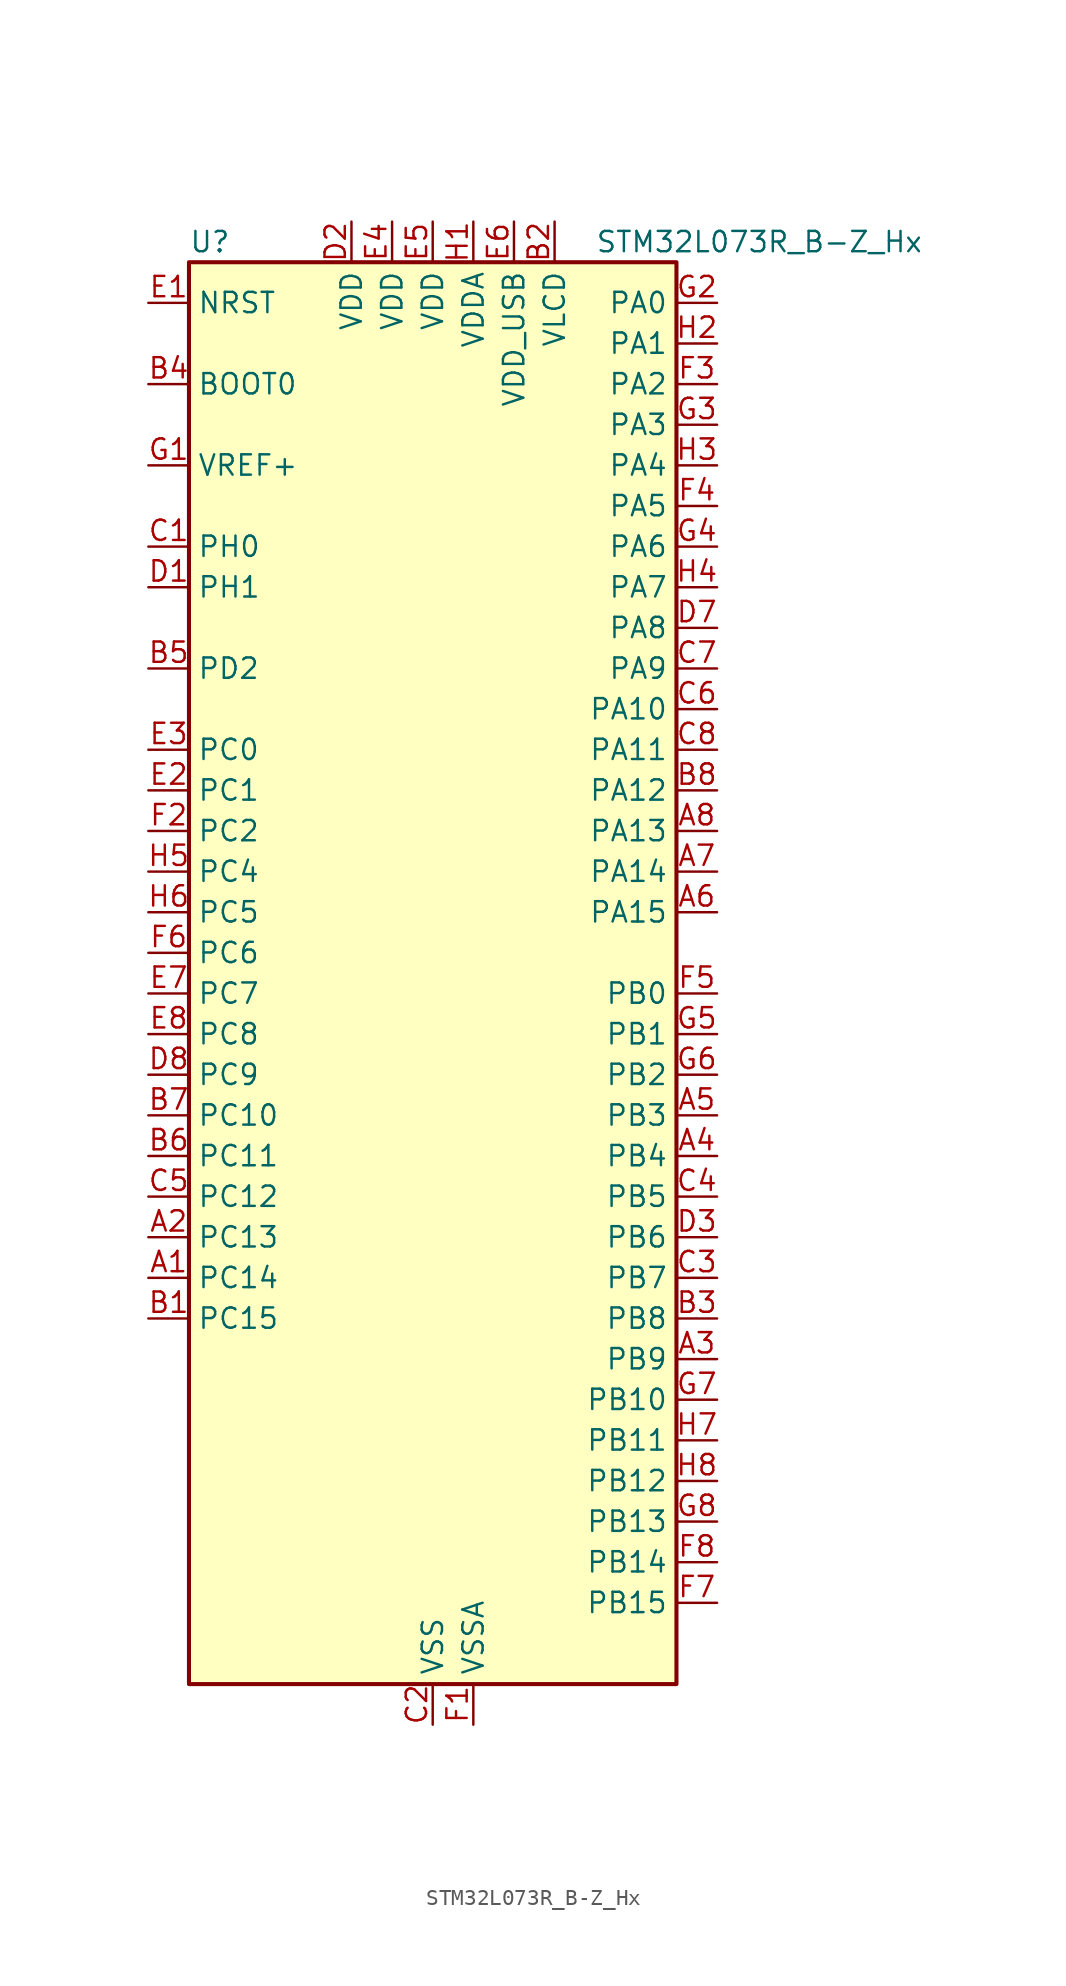
<source format=kicad_sym>
(kicad_symbol_lib
  (version 20220914)
  (generator kicad_symbol_editor)
  (symbol "STM32L073R_B-Z_Hx"
    (property "Reference" "U"
      (at -15.24 46.99 0)
      (effects (font (size 1.27 1.27)) (justify left)))
    (property "Value" "STM32L073R_B-Z_Hx"
      (at 10.16 46.99 0)
      (effects (font (size 1.27 1.27)) (justify left)))
    (property "ki_locked" ""
      (at 0 0 0)
      (effects (font (size 1.27 1.27))))
    (symbol "STM32L073R_B-Z_Hx_0_1"
      (rectangle (start -15.24 -43.18) (end 15.24 45.72) (stroke (width 0.254) (type default)) (fill (type background))))
    (symbol "STM32L073R_B-Z_Hx_1_1"
      (pin bidirectional line (at -17.78 -17.78 0) (length 2.54) (name "PC14" (effects (font (size 1.27 1.27)))) (number "A1" (effects (font (size 1.27 1.27)))) (alternate "RCC_OSC32_IN" bidirectional line))
      (pin bidirectional line (at -17.78 -15.24 0) (length 2.54) (name "PC13" (effects (font (size 1.27 1.27)))) (number "A2" (effects (font (size 1.27 1.27)))) (alternate "RTC_OUT_ALARM" bidirectional line) (alternate "RTC_OUT_CALIB" bidirectional line) (alternate "RTC_TAMP1" bidirectional line) (alternate "RTC_TS" bidirectional line) (alternate "SYS_WKUP2" bidirectional line))
      (pin bidirectional line (at 17.78 -22.86 180) (length 2.54) (name "PB9" (effects (font (size 1.27 1.27)))) (number "A3" (effects (font (size 1.27 1.27)))) (alternate "DAC_EXTI9" bidirectional line) (alternate "I2C1_SDA" bidirectional line) (alternate "I2S2_WS" bidirectional line) (alternate "LCD_COM3" bidirectional line) (alternate "SPI2_NSS" bidirectional line))
      (pin bidirectional line (at 17.78 -10.16 180) (length 2.54) (name "PB4" (effects (font (size 1.27 1.27)))) (number "A4" (effects (font (size 1.27 1.27)))) (alternate "COMP2_INP" bidirectional line) (alternate "I2C3_SDA" bidirectional line) (alternate "LCD_SEG8" bidirectional line) (alternate "SPI1_MISO" bidirectional line) (alternate "TIM22_CH1" bidirectional line) (alternate "TIM3_CH1" bidirectional line) (alternate "TSC_G5_IO2" bidirectional line) (alternate "USART1_CTS" bidirectional line) (alternate "USART5_RX" bidirectional line))
      (pin bidirectional line (at 17.78 -7.62 180) (length 2.54) (name "PB3" (effects (font (size 1.27 1.27)))) (number "A5" (effects (font (size 1.27 1.27)))) (alternate "COMP2_INM" bidirectional line) (alternate "LCD_SEG7" bidirectional line) (alternate "SPI1_SCK" bidirectional line) (alternate "TIM2_CH2" bidirectional line) (alternate "TSC_G5_IO1" bidirectional line) (alternate "USART1_DE" bidirectional line) (alternate "USART1_RTS" bidirectional line) (alternate "USART5_TX" bidirectional line))
      (pin bidirectional line (at 17.78 5.08 180) (length 2.54) (name "PA15" (effects (font (size 1.27 1.27)))) (number "A6" (effects (font (size 1.27 1.27)))) (alternate "LCD_SEG17" bidirectional line) (alternate "SPI1_NSS" bidirectional line) (alternate "TIM2_CH1" bidirectional line) (alternate "TIM2_ETR" bidirectional line) (alternate "USART2_RX" bidirectional line) (alternate "USART4_DE" bidirectional line) (alternate "USART4_RTS" bidirectional line))
      (pin bidirectional line (at 17.78 7.62 180) (length 2.54) (name "PA14" (effects (font (size 1.27 1.27)))) (number "A7" (effects (font (size 1.27 1.27)))) (alternate "LPUART1_TX" bidirectional line) (alternate "SYS_SWCLK" bidirectional line) (alternate "USART2_TX" bidirectional line))
      (pin bidirectional line (at 17.78 10.16 180) (length 2.54) (name "PA13" (effects (font (size 1.27 1.27)))) (number "A8" (effects (font (size 1.27 1.27)))) (alternate "LPUART1_RX" bidirectional line) (alternate "SYS_SWDIO" bidirectional line) (alternate "USB_NOE" bidirectional line))
      (pin bidirectional line (at -17.78 -20.32 0) (length 2.54) (name "PC15" (effects (font (size 1.27 1.27)))) (number "B1" (effects (font (size 1.27 1.27)))) (alternate "RCC_OSC32_OUT" bidirectional line))
      (pin power_in line (at 7.62 48.26 270) (length 2.54) (name "VLCD" (effects (font (size 1.27 1.27)))) (number "B2" (effects (font (size 1.27 1.27)))))
      (pin bidirectional line (at 17.78 -20.32 180) (length 2.54) (name "PB8" (effects (font (size 1.27 1.27)))) (number "B3" (effects (font (size 1.27 1.27)))) (alternate "I2C1_SCL" bidirectional line) (alternate "LCD_SEG16" bidirectional line) (alternate "TSC_SYNC" bidirectional line))
      (pin input line (at -17.78 38.1 0) (length 2.54) (name "BOOT0" (effects (font (size 1.27 1.27)))) (number "B4" (effects (font (size 1.27 1.27)))))
      (pin bidirectional line (at -17.78 20.32 0) (length 2.54) (name "PD2" (effects (font (size 1.27 1.27)))) (number "B5" (effects (font (size 1.27 1.27)))) (alternate "LCD_COM7" bidirectional line) (alternate "LCD_SEG31" bidirectional line) (alternate "LPUART1_DE" bidirectional line) (alternate "LPUART1_RTS" bidirectional line) (alternate "TIM3_ETR" bidirectional line) (alternate "USART5_RX" bidirectional line))
      (pin bidirectional line (at -17.78 -10.16 0) (length 2.54) (name "PC11" (effects (font (size 1.27 1.27)))) (number "B6" (effects (font (size 1.27 1.27)))) (alternate "ADC_EXTI11" bidirectional line) (alternate "LCD_COM5" bidirectional line) (alternate "LCD_SEG29" bidirectional line) (alternate "LPUART1_RX" bidirectional line) (alternate "USART4_RX" bidirectional line))
      (pin bidirectional line (at -17.78 -7.62 0) (length 2.54) (name "PC10" (effects (font (size 1.27 1.27)))) (number "B7" (effects (font (size 1.27 1.27)))) (alternate "LCD_COM4" bidirectional line) (alternate "LCD_SEG28" bidirectional line) (alternate "LPUART1_TX" bidirectional line) (alternate "USART4_TX" bidirectional line))
      (pin bidirectional line (at 17.78 12.7 180) (length 2.54) (name "PA12" (effects (font (size 1.27 1.27)))) (number "B8" (effects (font (size 1.27 1.27)))) (alternate "COMP2_OUT" bidirectional line) (alternate "SPI1_MOSI" bidirectional line) (alternate "TSC_G4_IO4" bidirectional line) (alternate "USART1_DE" bidirectional line) (alternate "USART1_RTS" bidirectional line) (alternate "USB_DP" bidirectional line))
      (pin bidirectional line (at -17.78 27.94 0) (length 2.54) (name "PH0" (effects (font (size 1.27 1.27)))) (number "C1" (effects (font (size 1.27 1.27)))) (alternate "CRS_SYNC" bidirectional line) (alternate "RCC_OSC_IN" bidirectional line))
      (pin power_in line (at 0 -45.72 90) (length 2.54) (name "VSS" (effects (font (size 1.27 1.27)))) (number "C2" (effects (font (size 1.27 1.27)))))
      (pin bidirectional line (at 17.78 -17.78 180) (length 2.54) (name "PB7" (effects (font (size 1.27 1.27)))) (number "C3" (effects (font (size 1.27 1.27)))) (alternate "COMP2_INP" bidirectional line) (alternate "I2C1_SDA" bidirectional line) (alternate "LPTIM1_IN2" bidirectional line) (alternate "SYS_PVD_IN" bidirectional line) (alternate "TSC_G5_IO4" bidirectional line) (alternate "USART1_RX" bidirectional line) (alternate "USART4_CTS" bidirectional line))
      (pin bidirectional line (at 17.78 -12.7 180) (length 2.54) (name "PB5" (effects (font (size 1.27 1.27)))) (number "C4" (effects (font (size 1.27 1.27)))) (alternate "COMP2_INP" bidirectional line) (alternate "I2C1_SMBA" bidirectional line) (alternate "LCD_SEG9" bidirectional line) (alternate "LPTIM1_IN1" bidirectional line) (alternate "SPI1_MOSI" bidirectional line) (alternate "TIM22_CH2" bidirectional line) (alternate "TIM3_CH2" bidirectional line) (alternate "USART1_CK" bidirectional line) (alternate "USART5_CK" bidirectional line) (alternate "USART5_DE" bidirectional line) (alternate "USART5_RTS" bidirectional line))
      (pin bidirectional line (at -17.78 -12.7 0) (length 2.54) (name "PC12" (effects (font (size 1.27 1.27)))) (number "C5" (effects (font (size 1.27 1.27)))) (alternate "LCD_COM6" bidirectional line) (alternate "LCD_SEG30" bidirectional line) (alternate "USART4_CK" bidirectional line) (alternate "USART5_TX" bidirectional line))
      (pin bidirectional line (at 17.78 17.78 180) (length 2.54) (name "PA10" (effects (font (size 1.27 1.27)))) (number "C6" (effects (font (size 1.27 1.27)))) (alternate "I2C1_SDA" bidirectional line) (alternate "LCD_COM2" bidirectional line) (alternate "TSC_G4_IO2" bidirectional line) (alternate "USART1_RX" bidirectional line))
      (pin bidirectional line (at 17.78 20.32 180) (length 2.54) (name "PA9" (effects (font (size 1.27 1.27)))) (number "C7" (effects (font (size 1.27 1.27)))) (alternate "DAC_EXTI9" bidirectional line) (alternate "I2C1_SCL" bidirectional line) (alternate "I2C3_SMBA" bidirectional line) (alternate "LCD_COM1" bidirectional line) (alternate "RCC_MCO" bidirectional line) (alternate "TSC_G4_IO1" bidirectional line) (alternate "USART1_TX" bidirectional line))
      (pin bidirectional line (at 17.78 15.24 180) (length 2.54) (name "PA11" (effects (font (size 1.27 1.27)))) (number "C8" (effects (font (size 1.27 1.27)))) (alternate "ADC_EXTI11" bidirectional line) (alternate "COMP1_OUT" bidirectional line) (alternate "SPI1_MISO" bidirectional line) (alternate "TSC_G4_IO3" bidirectional line) (alternate "USART1_CTS" bidirectional line) (alternate "USB_DM" bidirectional line))
      (pin bidirectional line (at -17.78 25.4 0) (length 2.54) (name "PH1" (effects (font (size 1.27 1.27)))) (number "D1" (effects (font (size 1.27 1.27)))) (alternate "RCC_OSC_OUT" bidirectional line))
      (pin power_in line (at -5.08 48.26 270) (length 2.54) (name "VDD" (effects (font (size 1.27 1.27)))) (number "D2" (effects (font (size 1.27 1.27)))))
      (pin bidirectional line (at 17.78 -15.24 180) (length 2.54) (name "PB6" (effects (font (size 1.27 1.27)))) (number "D3" (effects (font (size 1.27 1.27)))) (alternate "COMP2_INP" bidirectional line) (alternate "I2C1_SCL" bidirectional line) (alternate "LPTIM1_ETR" bidirectional line) (alternate "TSC_G5_IO3" bidirectional line) (alternate "USART1_TX" bidirectional line))
      (pin passive line (at 0 -45.72 90) (length 2.54) hide (name "VSS" (effects (font (size 1.27 1.27)))) (number "D4" (effects (font (size 1.27 1.27)))))
      (pin passive line (at 0 -45.72 90) (length 2.54) hide (name "VSS" (effects (font (size 1.27 1.27)))) (number "D5" (effects (font (size 1.27 1.27)))))
      (pin passive line (at 0 -45.72 90) (length 2.54) hide (name "VSS" (effects (font (size 1.27 1.27)))) (number "D6" (effects (font (size 1.27 1.27)))))
      (pin bidirectional line (at 17.78 22.86 180) (length 2.54) (name "PA8" (effects (font (size 1.27 1.27)))) (number "D7" (effects (font (size 1.27 1.27)))) (alternate "CRS_SYNC" bidirectional line) (alternate "I2C3_SCL" bidirectional line) (alternate "LCD_COM0" bidirectional line) (alternate "RCC_MCO" bidirectional line) (alternate "USART1_CK" bidirectional line))
      (pin bidirectional line (at -17.78 -5.08 0) (length 2.54) (name "PC9" (effects (font (size 1.27 1.27)))) (number "D8" (effects (font (size 1.27 1.27)))) (alternate "DAC_EXTI9" bidirectional line) (alternate "I2C3_SDA" bidirectional line) (alternate "LCD_SEG27" bidirectional line) (alternate "TIM21_ETR" bidirectional line) (alternate "TIM3_CH4" bidirectional line) (alternate "TSC_G8_IO4" bidirectional line) (alternate "USB_NOE" bidirectional line))
      (pin input line (at -17.78 43.18 0) (length 2.54) (name "NRST" (effects (font (size 1.27 1.27)))) (number "E1" (effects (font (size 1.27 1.27)))))
      (pin bidirectional line (at -17.78 12.7 0) (length 2.54) (name "PC1" (effects (font (size 1.27 1.27)))) (number "E2" (effects (font (size 1.27 1.27)))) (alternate "ADC_IN11" bidirectional line) (alternate "I2C3_SDA" bidirectional line) (alternate "LCD_SEG19" bidirectional line) (alternate "LPTIM1_OUT" bidirectional line) (alternate "LPUART1_TX" bidirectional line) (alternate "TSC_G7_IO2" bidirectional line))
      (pin bidirectional line (at -17.78 15.24 0) (length 2.54) (name "PC0" (effects (font (size 1.27 1.27)))) (number "E3" (effects (font (size 1.27 1.27)))) (alternate "ADC_IN10" bidirectional line) (alternate "I2C3_SCL" bidirectional line) (alternate "LCD_SEG18" bidirectional line) (alternate "LPTIM1_IN1" bidirectional line) (alternate "LPUART1_RX" bidirectional line) (alternate "TSC_G7_IO1" bidirectional line))
      (pin power_in line (at -2.54 48.26 270) (length 2.54) (name "VDD" (effects (font (size 1.27 1.27)))) (number "E4" (effects (font (size 1.27 1.27)))))
      (pin power_in line (at 0 48.26 270) (length 2.54) (name "VDD" (effects (font (size 1.27 1.27)))) (number "E5" (effects (font (size 1.27 1.27)))))
      (pin power_in line (at 5.08 48.26 270) (length 2.54) (name "VDD_USB" (effects (font (size 1.27 1.27)))) (number "E6" (effects (font (size 1.27 1.27)))))
      (pin bidirectional line (at -17.78 0 0) (length 2.54) (name "PC7" (effects (font (size 1.27 1.27)))) (number "E7" (effects (font (size 1.27 1.27)))) (alternate "LCD_SEG25" bidirectional line) (alternate "TIM22_CH2" bidirectional line) (alternate "TIM3_CH2" bidirectional line) (alternate "TSC_G8_IO2" bidirectional line))
      (pin bidirectional line (at -17.78 -2.54 0) (length 2.54) (name "PC8" (effects (font (size 1.27 1.27)))) (number "E8" (effects (font (size 1.27 1.27)))) (alternate "LCD_SEG26" bidirectional line) (alternate "TIM22_ETR" bidirectional line) (alternate "TIM3_CH3" bidirectional line) (alternate "TSC_G8_IO3" bidirectional line))
      (pin power_in line (at 2.54 -45.72 90) (length 2.54) (name "VSSA" (effects (font (size 1.27 1.27)))) (number "F1" (effects (font (size 1.27 1.27)))))
      (pin bidirectional line (at -17.78 10.16 0) (length 2.54) (name "PC2" (effects (font (size 1.27 1.27)))) (number "F2" (effects (font (size 1.27 1.27)))) (alternate "ADC_IN12" bidirectional line) (alternate "I2S2_MCK" bidirectional line) (alternate "LCD_SEG20" bidirectional line) (alternate "LPTIM1_IN2" bidirectional line) (alternate "SPI2_MISO" bidirectional line) (alternate "TSC_G7_IO3" bidirectional line))
      (pin bidirectional line (at 17.78 38.1 180) (length 2.54) (name "PA2" (effects (font (size 1.27 1.27)))) (number "F3" (effects (font (size 1.27 1.27)))) (alternate "ADC_IN2" bidirectional line) (alternate "COMP2_INM" bidirectional line) (alternate "COMP2_OUT" bidirectional line) (alternate "LCD_SEG1" bidirectional line) (alternate "LPUART1_TX" bidirectional line) (alternate "TIM21_CH1" bidirectional line) (alternate "TIM2_CH3" bidirectional line) (alternate "TSC_G1_IO3" bidirectional line) (alternate "USART2_TX" bidirectional line))
      (pin bidirectional line (at 17.78 30.48 180) (length 2.54) (name "PA5" (effects (font (size 1.27 1.27)))) (number "F4" (effects (font (size 1.27 1.27)))) (alternate "ADC_IN5" bidirectional line) (alternate "COMP1_INM" bidirectional line) (alternate "COMP2_INM" bidirectional line) (alternate "DAC_OUT2" bidirectional line) (alternate "SPI1_SCK" bidirectional line) (alternate "TIM2_CH1" bidirectional line) (alternate "TIM2_ETR" bidirectional line) (alternate "TSC_G2_IO2" bidirectional line))
      (pin bidirectional line (at 17.78 0 180) (length 2.54) (name "PB0" (effects (font (size 1.27 1.27)))) (number "F5" (effects (font (size 1.27 1.27)))) (alternate "ADC_IN8" bidirectional line) (alternate "LCD_SEG5" bidirectional line) (alternate "LCD_VLCD3" bidirectional line) (alternate "SYS_VREF_OUT_PB0" bidirectional line) (alternate "TIM3_CH3" bidirectional line) (alternate "TSC_G3_IO2" bidirectional line))
      (pin bidirectional line (at -17.78 2.54 0) (length 2.54) (name "PC6" (effects (font (size 1.27 1.27)))) (number "F6" (effects (font (size 1.27 1.27)))) (alternate "LCD_SEG24" bidirectional line) (alternate "TIM22_CH1" bidirectional line) (alternate "TIM3_CH1" bidirectional line) (alternate "TSC_G8_IO1" bidirectional line))
      (pin bidirectional line (at 17.78 -38.1 180) (length 2.54) (name "PB15" (effects (font (size 1.27 1.27)))) (number "F7" (effects (font (size 1.27 1.27)))) (alternate "I2S2_SD" bidirectional line) (alternate "LCD_SEG15" bidirectional line) (alternate "RTC_REFIN" bidirectional line) (alternate "SPI2_MOSI" bidirectional line))
      (pin bidirectional line (at 17.78 -35.56 180) (length 2.54) (name "PB14" (effects (font (size 1.27 1.27)))) (number "F8" (effects (font (size 1.27 1.27)))) (alternate "I2C2_SDA" bidirectional line) (alternate "I2S2_MCK" bidirectional line) (alternate "LCD_SEG14" bidirectional line) (alternate "LPUART1_DE" bidirectional line) (alternate "LPUART1_RTS" bidirectional line) (alternate "RTC_OUT_ALARM" bidirectional line) (alternate "RTC_OUT_CALIB" bidirectional line) (alternate "SPI2_MISO" bidirectional line) (alternate "TIM21_CH2" bidirectional line) (alternate "TSC_G6_IO4" bidirectional line))
      (pin input line (at -17.78 33.02 0) (length 2.54) (name "VREF+" (effects (font (size 1.27 1.27)))) (number "G1" (effects (font (size 1.27 1.27)))))
      (pin bidirectional line (at 17.78 43.18 180) (length 2.54) (name "PA0" (effects (font (size 1.27 1.27)))) (number "G2" (effects (font (size 1.27 1.27)))) (alternate "ADC_IN0" bidirectional line) (alternate "COMP1_INM" bidirectional line) (alternate "COMP1_OUT" bidirectional line) (alternate "RTC_TAMP2" bidirectional line) (alternate "SYS_WKUP1" bidirectional line) (alternate "TIM2_CH1" bidirectional line) (alternate "TIM2_ETR" bidirectional line) (alternate "TSC_G1_IO1" bidirectional line) (alternate "USART2_CTS" bidirectional line) (alternate "USART4_TX" bidirectional line))
      (pin bidirectional line (at 17.78 35.56 180) (length 2.54) (name "PA3" (effects (font (size 1.27 1.27)))) (number "G3" (effects (font (size 1.27 1.27)))) (alternate "ADC_IN3" bidirectional line) (alternate "COMP2_INP" bidirectional line) (alternate "LCD_SEG2" bidirectional line) (alternate "LPUART1_RX" bidirectional line) (alternate "TIM21_CH2" bidirectional line) (alternate "TIM2_CH4" bidirectional line) (alternate "TSC_G1_IO4" bidirectional line) (alternate "USART2_RX" bidirectional line))
      (pin bidirectional line (at 17.78 27.94 180) (length 2.54) (name "PA6" (effects (font (size 1.27 1.27)))) (number "G4" (effects (font (size 1.27 1.27)))) (alternate "ADC_IN6" bidirectional line) (alternate "COMP1_OUT" bidirectional line) (alternate "LCD_SEG3" bidirectional line) (alternate "LPUART1_CTS" bidirectional line) (alternate "SPI1_MISO" bidirectional line) (alternate "TIM22_CH1" bidirectional line) (alternate "TIM3_CH1" bidirectional line) (alternate "TSC_G2_IO3" bidirectional line))
      (pin bidirectional line (at 17.78 -2.54 180) (length 2.54) (name "PB1" (effects (font (size 1.27 1.27)))) (number "G5" (effects (font (size 1.27 1.27)))) (alternate "ADC_IN9" bidirectional line) (alternate "LCD_SEG6" bidirectional line) (alternate "LPUART1_DE" bidirectional line) (alternate "LPUART1_RTS" bidirectional line) (alternate "SYS_VREF_OUT_PB1" bidirectional line) (alternate "TIM3_CH4" bidirectional line) (alternate "TSC_G3_IO3" bidirectional line))
      (pin bidirectional line (at 17.78 -5.08 180) (length 2.54) (name "PB2" (effects (font (size 1.27 1.27)))) (number "G6" (effects (font (size 1.27 1.27)))) (alternate "I2C3_SMBA" bidirectional line) (alternate "LCD_VLCD2" bidirectional line) (alternate "LPTIM1_OUT" bidirectional line) (alternate "TSC_G3_IO4" bidirectional line))
      (pin bidirectional line (at 17.78 -25.4 180) (length 2.54) (name "PB10" (effects (font (size 1.27 1.27)))) (number "G7" (effects (font (size 1.27 1.27)))) (alternate "I2C2_SCL" bidirectional line) (alternate "LCD_SEG10" bidirectional line) (alternate "LPUART1_RX" bidirectional line) (alternate "LPUART1_TX" bidirectional line) (alternate "SPI2_SCK" bidirectional line) (alternate "TIM2_CH3" bidirectional line) (alternate "TSC_SYNC" bidirectional line))
      (pin bidirectional line (at 17.78 -33.02 180) (length 2.54) (name "PB13" (effects (font (size 1.27 1.27)))) (number "G8" (effects (font (size 1.27 1.27)))) (alternate "I2C2_SCL" bidirectional line) (alternate "I2S2_CK" bidirectional line) (alternate "LCD_SEG13" bidirectional line) (alternate "LPUART1_CTS" bidirectional line) (alternate "RCC_MCO" bidirectional line) (alternate "SPI2_SCK" bidirectional line) (alternate "TIM21_CH1" bidirectional line) (alternate "TSC_G6_IO3" bidirectional line))
      (pin power_in line (at 2.54 48.26 270) (length 2.54) (name "VDDA" (effects (font (size 1.27 1.27)))) (number "H1" (effects (font (size 1.27 1.27)))))
      (pin bidirectional line (at 17.78 40.64 180) (length 2.54) (name "PA1" (effects (font (size 1.27 1.27)))) (number "H2" (effects (font (size 1.27 1.27)))) (alternate "ADC_IN1" bidirectional line) (alternate "COMP1_INP" bidirectional line) (alternate "LCD_SEG0" bidirectional line) (alternate "TIM21_ETR" bidirectional line) (alternate "TIM2_CH2" bidirectional line) (alternate "TSC_G1_IO2" bidirectional line) (alternate "USART2_DE" bidirectional line) (alternate "USART2_RTS" bidirectional line) (alternate "USART4_RX" bidirectional line))
      (pin bidirectional line (at 17.78 33.02 180) (length 2.54) (name "PA4" (effects (font (size 1.27 1.27)))) (number "H3" (effects (font (size 1.27 1.27)))) (alternate "ADC_IN4" bidirectional line) (alternate "COMP1_INM" bidirectional line) (alternate "COMP2_INM" bidirectional line) (alternate "DAC_OUT1" bidirectional line) (alternate "SPI1_NSS" bidirectional line) (alternate "TIM22_ETR" bidirectional line) (alternate "TSC_G2_IO1" bidirectional line) (alternate "USART2_CK" bidirectional line))
      (pin bidirectional line (at 17.78 25.4 180) (length 2.54) (name "PA7" (effects (font (size 1.27 1.27)))) (number "H4" (effects (font (size 1.27 1.27)))) (alternate "ADC_IN7" bidirectional line) (alternate "COMP2_OUT" bidirectional line) (alternate "LCD_SEG4" bidirectional line) (alternate "SPI1_MOSI" bidirectional line) (alternate "TIM22_CH2" bidirectional line) (alternate "TIM3_CH2" bidirectional line) (alternate "TSC_G2_IO4" bidirectional line))
      (pin bidirectional line (at -17.78 7.62 0) (length 2.54) (name "PC4" (effects (font (size 1.27 1.27)))) (number "H5" (effects (font (size 1.27 1.27)))) (alternate "ADC_IN14" bidirectional line) (alternate "LCD_SEG22" bidirectional line) (alternate "LPUART1_TX" bidirectional line))
      (pin bidirectional line (at -17.78 5.08 0) (length 2.54) (name "PC5" (effects (font (size 1.27 1.27)))) (number "H6" (effects (font (size 1.27 1.27)))) (alternate "ADC_IN15" bidirectional line) (alternate "LCD_SEG23" bidirectional line) (alternate "LPUART1_RX" bidirectional line) (alternate "TSC_G3_IO1" bidirectional line))
      (pin bidirectional line (at 17.78 -27.94 180) (length 2.54) (name "PB11" (effects (font (size 1.27 1.27)))) (number "H7" (effects (font (size 1.27 1.27)))) (alternate "ADC_EXTI11" bidirectional line) (alternate "I2C2_SDA" bidirectional line) (alternate "LCD_SEG11" bidirectional line) (alternate "LPUART1_RX" bidirectional line) (alternate "LPUART1_TX" bidirectional line) (alternate "TIM2_CH4" bidirectional line) (alternate "TSC_G6_IO1" bidirectional line))
      (pin bidirectional line (at 17.78 -30.48 180) (length 2.54) (name "PB12" (effects (font (size 1.27 1.27)))) (number "H8" (effects (font (size 1.27 1.27)))) (alternate "I2S2_WS" bidirectional line) (alternate "LCD_SEG12" bidirectional line) (alternate "LCD_VLCD2" bidirectional line) (alternate "LPUART1_DE" bidirectional line) (alternate "LPUART1_RTS" bidirectional line) (alternate "SPI2_NSS" bidirectional line) (alternate "TSC_G6_IO2" bidirectional line)))))
</source>
